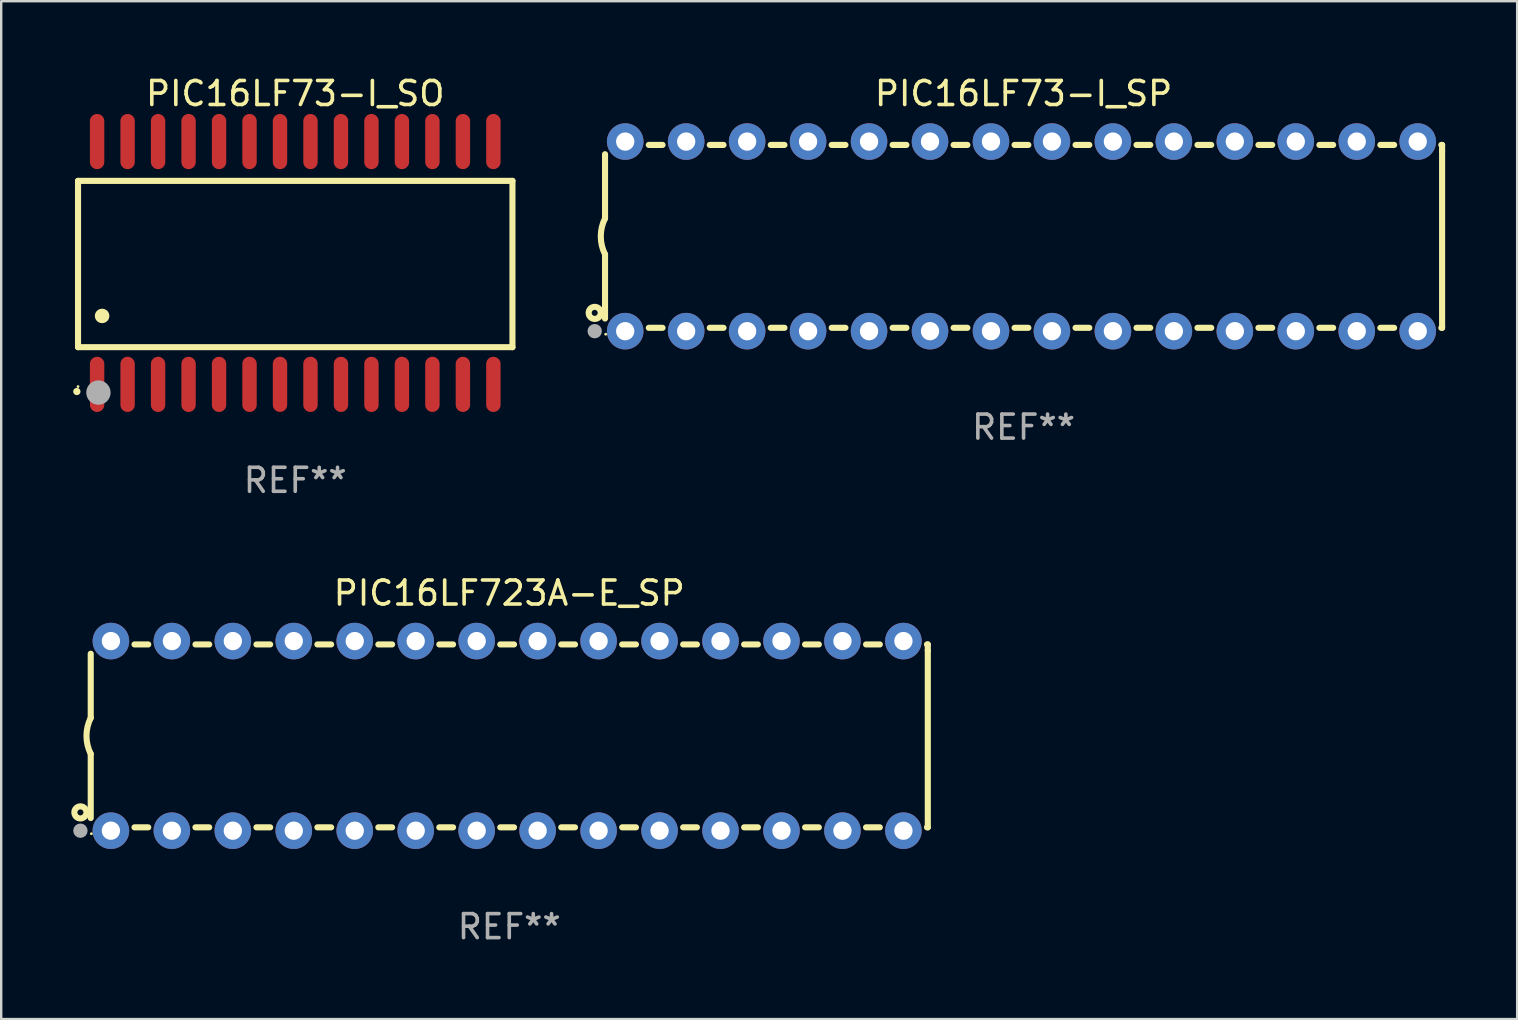
<source format=kicad_pcb>
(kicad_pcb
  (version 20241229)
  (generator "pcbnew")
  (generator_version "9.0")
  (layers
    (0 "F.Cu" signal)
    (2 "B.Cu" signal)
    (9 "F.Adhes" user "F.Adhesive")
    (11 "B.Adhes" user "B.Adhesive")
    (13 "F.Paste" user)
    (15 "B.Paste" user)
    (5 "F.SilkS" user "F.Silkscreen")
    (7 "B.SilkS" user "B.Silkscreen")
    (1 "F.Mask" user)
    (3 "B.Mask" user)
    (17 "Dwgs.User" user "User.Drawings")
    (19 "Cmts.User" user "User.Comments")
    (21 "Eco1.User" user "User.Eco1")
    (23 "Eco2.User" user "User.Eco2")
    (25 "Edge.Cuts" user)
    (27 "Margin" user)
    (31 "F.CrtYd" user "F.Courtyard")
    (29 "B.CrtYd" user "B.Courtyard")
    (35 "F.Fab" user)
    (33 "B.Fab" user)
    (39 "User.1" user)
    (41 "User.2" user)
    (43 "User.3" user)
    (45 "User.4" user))
  (footprint "PIC16LF723A-E_SP"
    (layer "F.Cu")
    (at 18.168 27.61)
    (property "Reference" "PIC16LF723A-E_SP" (at 0 -5.95 0) (layer "F.SilkS") (effects (font (size 1 1) (thickness 0.15))))
    (attr through_hole)
    (fp_line (start -17.438 0.75) (end -17.438 3.423) (stroke (width 0.254) (type solid)) (layer "F.SilkS"))
    (fp_line (start -17.438 -3.423) (end -17.438 -0.75) (stroke (width 0.254) (type solid)) (layer "F.SilkS"))
    (fp_line (start -15.615 3.81) (end -15.041 3.81) (stroke (width 0.254) (type solid)) (layer "F.SilkS"))
    (fp_line (start -15.041 -3.81) (end -15.614 -3.81) (stroke (width 0.254) (type solid)) (layer "F.SilkS"))
    (fp_line (start -13.075 3.81) (end -12.501 3.81) (stroke (width 0.254) (type solid)) (layer "F.SilkS"))
    (fp_line (start -12.501 -3.81) (end -13.074 -3.81) (stroke (width 0.254) (type solid)) (layer "F.SilkS"))
    (fp_line (start -10.535 3.81) (end -9.961 3.81) (stroke (width 0.254) (type solid)) (layer "F.SilkS"))
    (fp_line (start -9.961 -3.81) (end -10.534 -3.81) (stroke (width 0.254) (type solid)) (layer "F.SilkS"))
    (fp_line (start -7.995 3.81) (end -7.421 3.81) (stroke (width 0.254) (type solid)) (layer "F.SilkS"))
    (fp_line (start -7.421 -3.81) (end -7.995 -3.81) (stroke (width 0.254) (type solid)) (layer "F.SilkS"))
    (fp_line (start -5.455 3.81) (end -4.881 3.81) (stroke (width 0.254) (type solid)) (layer "F.SilkS"))
    (fp_line (start -4.881 -3.81) (end -5.455 -3.81) (stroke (width 0.254) (type solid)) (layer "F.SilkS"))
    (fp_line (start -2.915 3.81) (end -2.341 3.81) (stroke (width 0.254) (type solid)) (layer "F.SilkS"))
    (fp_line (start -2.341 -3.81) (end -2.915 -3.81) (stroke (width 0.254) (type solid)) (layer "F.SilkS"))
    (fp_line (start -0.375 3.81) (end 0.199 3.81) (stroke (width 0.254) (type solid)) (layer "F.SilkS"))
    (fp_line (start 0.199 -3.81) (end -0.375 -3.81) (stroke (width 0.254) (type solid)) (layer "F.SilkS"))
    (fp_line (start 2.165 3.81) (end 2.739 3.81) (stroke (width 0.254) (type solid)) (layer "F.SilkS"))
    (fp_line (start 2.739 -3.81) (end 2.165 -3.81) (stroke (width 0.254) (type solid)) (layer "F.SilkS"))
    (fp_line (start 4.705 3.81) (end 5.279 3.81) (stroke (width 0.254) (type solid)) (layer "F.SilkS"))
    (fp_line (start 5.279 -3.81) (end 4.705 -3.81) (stroke (width 0.254) (type solid)) (layer "F.SilkS"))
    (fp_line (start 7.245 3.81) (end 7.819 3.81) (stroke (width 0.254) (type solid)) (layer "F.SilkS"))
    (fp_line (start 7.819 -3.81) (end 7.245 -3.81) (stroke (width 0.254) (type solid)) (layer "F.SilkS"))
    (fp_line (start 9.785 3.81) (end 10.359 3.81) (stroke (width 0.254) (type solid)) (layer "F.SilkS"))
    (fp_line (start 10.359 -3.81) (end 9.785 -3.81) (stroke (width 0.254) (type solid)) (layer "F.SilkS"))
    (fp_line (start 12.325 3.81) (end 12.899 3.81) (stroke (width 0.254) (type solid)) (layer "F.SilkS"))
    (fp_line (start 12.899 -3.81) (end 12.325 -3.81) (stroke (width 0.254) (type solid)) (layer "F.SilkS"))
    (fp_line (start 14.865 3.81) (end 15.439 3.81) (stroke (width 0.254) (type solid)) (layer "F.SilkS"))
    (fp_line (start 15.439 -3.81) (end 14.865 -3.81) (stroke (width 0.254) (type solid)) (layer "F.SilkS"))
    (fp_line (start 17.405 3.81) (end 17.438 3.81) (stroke (width 0.254) (type solid)) (layer "F.SilkS"))
    (fp_line (start 17.438 -3.81) (end 17.405 -3.81) (stroke (width 0.254) (type solid)) (layer "F.SilkS"))
    (fp_line (start 17.438 -3.556) (end 17.438 -3.81) (stroke (width 0.254) (type solid)) (layer "F.SilkS"))
    (fp_line (start 17.438 3.81) (end 17.438 -3.556) (stroke (width 0.254) (type solid)) (layer "F.SilkS"))
    (fp_arc (start -17.437986 0.749657) (mid -17.614887 -0.000024) (end -17.437783 -0.749657) (stroke (width 0.254001) (type solid)) (layer "F.SilkS"))
    (fp_circle (center -17.868 3.188) (end -17.743 3.188) (stroke (width 0.254) (type solid)) (fill no) (layer "F.SilkS"))
    (fp_circle (center -17.411 4.077) (end -17.381 4.077) (stroke (width 0.06) (type solid)) (fill no) (layer "F.SilkS"))
    (fp_circle (center -17.868 3.95) (end -17.718 3.95) (stroke (width 0.3) (type solid)) (fill no) (layer "F.Fab"))
    (fp_text user "REF**" (at 0 7.95 0) (layer "F.Fab") (effects (font (size 1 1) (thickness 0.15))))
    (pad "1" thru_hole circle (at -16.598 3.95) (size 1.524 1.524) (drill 0.762) (layers "*.Cu" "*.Mask"))
    (pad "2" thru_hole circle (at -14.058 3.95) (size 1.524 1.524) (drill 0.762) (layers "*.Cu" "*.Mask"))
    (pad "3" thru_hole circle (at -11.518 3.95) (size 1.524 1.524) (drill 0.762) (layers "*.Cu" "*.Mask"))
    (pad "4" thru_hole circle (at -8.978 3.95) (size 1.524 1.524) (drill 0.762) (layers "*.Cu" "*.Mask"))
    (pad "5" thru_hole circle (at -6.438 3.95) (size 1.524 1.524) (drill 0.762) (layers "*.Cu" "*.Mask"))
    (pad "6" thru_hole circle (at -3.898 3.95) (size 1.524 1.524) (drill 0.762) (layers "*.Cu" "*.Mask"))
    (pad "7" thru_hole circle (at -1.358 3.95) (size 1.524 1.524) (drill 0.762) (layers "*.Cu" "*.Mask"))
    (pad "8" thru_hole circle (at 1.182 3.95) (size 1.524 1.524) (drill 0.762) (layers "*.Cu" "*.Mask"))
    (pad "9" thru_hole circle (at 3.722 3.95) (size 1.524 1.524) (drill 0.762) (layers "*.Cu" "*.Mask"))
    (pad "10" thru_hole circle (at 6.262 3.95) (size 1.524 1.524) (drill 0.762) (layers "*.Cu" "*.Mask"))
    (pad "11" thru_hole circle (at 8.802 3.95) (size 1.524 1.524) (drill 0.762) (layers "*.Cu" "*.Mask"))
    (pad "12" thru_hole circle (at 11.342 3.95) (size 1.524 1.524) (drill 0.762) (layers "*.Cu" "*.Mask"))
    (pad "13" thru_hole circle (at 13.882 3.95) (size 1.524 1.524) (drill 0.762) (layers "*.Cu" "*.Mask"))
    (pad "14" thru_hole circle (at 16.422 3.95) (size 1.524 1.524) (drill 0.762) (layers "*.Cu" "*.Mask"))
    (pad "15" thru_hole circle (at 16.422 -3.95) (size 1.524 1.524) (drill 0.762) (layers "*.Cu" "*.Mask"))
    (pad "16" thru_hole circle (at 13.882 -3.95) (size 1.524 1.524) (drill 0.762) (layers "*.Cu" "*.Mask"))
    (pad "17" thru_hole circle (at 11.342 -3.95) (size 1.524 1.524) (drill 0.762) (layers "*.Cu" "*.Mask"))
    (pad "18" thru_hole circle (at 8.802 -3.95) (size 1.524 1.524) (drill 0.762) (layers "*.Cu" "*.Mask"))
    (pad "19" thru_hole circle (at 6.262 -3.95) (size 1.524 1.524) (drill 0.762) (layers "*.Cu" "*.Mask"))
    (pad "20" thru_hole circle (at 3.722 -3.95) (size 1.524 1.524) (drill 0.762) (layers "*.Cu" "*.Mask"))
    (pad "21" thru_hole circle (at 1.182 -3.95) (size 1.524 1.524) (drill 0.762) (layers "*.Cu" "*.Mask"))
    (pad "22" thru_hole circle (at -1.358 -3.95) (size 1.524 1.524) (drill 0.762) (layers "*.Cu" "*.Mask"))
    (pad "23" thru_hole circle (at -3.898 -3.95) (size 1.524 1.524) (drill 0.762) (layers "*.Cu" "*.Mask"))
    (pad "24" thru_hole circle (at -6.438 -3.95) (size 1.524 1.524) (drill 0.762) (layers "*.Cu" "*.Mask"))
    (pad "25" thru_hole circle (at -8.978 -3.95) (size 1.524 1.524) (drill 0.762) (layers "*.Cu" "*.Mask"))
    (pad "26" thru_hole circle (at -11.517 -3.95) (size 1.524 1.524) (drill 0.762) (layers "*.Cu" "*.Mask"))
    (pad "27" thru_hole circle (at -14.057 -3.95) (size 1.524 1.524) (drill 0.762) (layers "*.Cu" "*.Mask"))
    (pad "28" thru_hole circle (at -16.597 -3.95) (size 1.524 1.524) (drill 0.762) (layers "*.Cu" "*.Mask")))
  (footprint "PIC16LF73-I_SO"
    (layer "F.Cu")
    (at 9.251 7.906)
    (property "Reference" "PIC16LF73-I_SO" (at 0 -7.058 0) (layer "F.SilkS") (effects (font (size 1 1) (thickness 0.15))))
    (attr through_hole)
    (fp_line (start -9.05 -3.42) (end 9.05 -3.42) (stroke (width 0.254) (type solid)) (layer "F.SilkS"))
    (fp_line (start -9.05 -2.492) (end -9.05 -3.42) (stroke (width 0.254) (type solid)) (layer "F.SilkS"))
    (fp_line (start -9.05 3.508) (end -9.05 -2.492) (stroke (width 0.254) (type solid)) (layer "F.SilkS"))
    (fp_line (start 9.05 -3.42) (end 9.05 3.508) (stroke (width 0.254) (type solid)) (layer "F.SilkS"))
    (fp_line (start 9.05 3.508) (end -9.05 3.508) (stroke (width 0.254) (type solid)) (layer "F.SilkS"))
    (fp_arc (start -9.100838 5.35649) (mid -9.099568 5.356485) (end -9.098298 5.35649) (stroke (width 0.3) (type solid)) (layer "F.SilkS"))
    (fp_arc (start -8.049276 2.206883) (mid -8.046736 2.206872) (end -8.044196 2.206883) (stroke (width 0.6) (type solid)) (layer "F.SilkS"))
    (fp_circle (center -9.05 5.15) (end -9.02 5.15) (stroke (width 0.06) (type solid)) (fill no) (layer "F.SilkS"))
    (fp_circle (center -8.2 5.4) (end -7.946 5.4) (stroke (width 0.508) (type solid)) (fill no) (layer "F.Fab"))
    (fp_text user "REF**" (at 0 9.058 0) (layer "F.Fab") (effects (font (size 1 1) (thickness 0.15))))
    (pad "1" smd oval (at -8.255 5.058 180) (size 0.6 2.3) (layers "F.Cu" "F.Mask" "F.Paste"))
    (pad "2" smd oval (at -6.985 5.058 180) (size 0.6 2.3) (layers "F.Cu" "F.Mask" "F.Paste"))
    (pad "3" smd oval (at -5.715 5.058 180) (size 0.6 2.3) (layers "F.Cu" "F.Mask" "F.Paste"))
    (pad "4" smd oval (at -4.445 5.058 180) (size 0.6 2.3) (layers "F.Cu" "F.Mask" "F.Paste"))
    (pad "5" smd oval (at -3.175 5.058 180) (size 0.6 2.3) (layers "F.Cu" "F.Mask" "F.Paste"))
    (pad "6" smd oval (at -1.905 5.058 180) (size 0.6 2.3) (layers "F.Cu" "F.Mask" "F.Paste"))
    (pad "7" smd oval (at -0.635 5.058 180) (size 0.6 2.3) (layers "F.Cu" "F.Mask" "F.Paste"))
    (pad "8" smd oval (at 0.635 5.058 180) (size 0.6 2.3) (layers "F.Cu" "F.Mask" "F.Paste"))
    (pad "9" smd oval (at 1.905 5.058 180) (size 0.6 2.3) (layers "F.Cu" "F.Mask" "F.Paste"))
    (pad "10" smd oval (at 3.175 5.058 180) (size 0.6 2.3) (layers "F.Cu" "F.Mask" "F.Paste"))
    (pad "11" smd oval (at 4.445 5.058 180) (size 0.6 2.3) (layers "F.Cu" "F.Mask" "F.Paste"))
    (pad "12" smd oval (at 5.715 5.058 180) (size 0.6 2.3) (layers "F.Cu" "F.Mask" "F.Paste"))
    (pad "13" smd oval (at 6.985 5.058 180) (size 0.6 2.3) (layers "F.Cu" "F.Mask" "F.Paste"))
    (pad "14" smd oval (at 8.255 5.058 180) (size 0.6 2.3) (layers "F.Cu" "F.Mask" "F.Paste"))
    (pad "15" smd oval (at 8.255 -5.058 180) (size 0.6 2.3) (layers "F.Cu" "F.Mask" "F.Paste"))
    (pad "16" smd oval (at 6.985 -5.058 180) (size 0.6 2.3) (layers "F.Cu" "F.Mask" "F.Paste"))
    (pad "17" smd oval (at 5.715 -5.058 180) (size 0.6 2.3) (layers "F.Cu" "F.Mask" "F.Paste"))
    (pad "18" smd oval (at 4.445 -5.058 180) (size 0.6 2.3) (layers "F.Cu" "F.Mask" "F.Paste"))
    (pad "19" smd oval (at 3.175 -5.058 180) (size 0.6 2.3) (layers "F.Cu" "F.Mask" "F.Paste"))
    (pad "20" smd oval (at 1.905 -5.058 180) (size 0.6 2.3) (layers "F.Cu" "F.Mask" "F.Paste"))
    (pad "21" smd oval (at 0.635 -5.058 180) (size 0.6 2.3) (layers "F.Cu" "F.Mask" "F.Paste"))
    (pad "22" smd oval (at -0.635 -5.058 180) (size 0.6 2.3) (layers "F.Cu" "F.Mask" "F.Paste"))
    (pad "23" smd oval (at -1.905 -5.058 180) (size 0.6 2.3) (layers "F.Cu" "F.Mask" "F.Paste"))
    (pad "24" smd oval (at -3.175 -5.058 180) (size 0.6 2.3) (layers "F.Cu" "F.Mask" "F.Paste"))
    (pad "25" smd oval (at -4.445 -5.058 180) (size 0.6 2.3) (layers "F.Cu" "F.Mask" "F.Paste"))
    (pad "26" smd oval (at -5.715 -5.058 180) (size 0.6 2.3) (layers "F.Cu" "F.Mask" "F.Paste"))
    (pad "27" smd oval (at -6.985 -5.058 180) (size 0.6 2.3) (layers "F.Cu" "F.Mask" "F.Paste"))
    (pad "28" smd oval (at -8.255 -5.058 180) (size 0.6 2.3) (layers "F.Cu" "F.Mask" "F.Paste")))
  (footprint "PIC16LF73-I_SP"
    (layer "F.Cu")
    (at 39.596 6.798)
    (property "Reference" "PIC16LF73-I_SP" (at 0 -5.95 0) (layer "F.SilkS") (effects (font (size 1 1) (thickness 0.15))))
    (attr through_hole)
    (fp_line (start -17.438 0.75) (end -17.438 3.423) (stroke (width 0.254) (type solid)) (layer "F.SilkS"))
    (fp_line (start -17.438 -3.423) (end -17.438 -0.75) (stroke (width 0.254) (type solid)) (layer "F.SilkS"))
    (fp_line (start -15.615 3.81) (end -15.041 3.81) (stroke (width 0.254) (type solid)) (layer "F.SilkS"))
    (fp_line (start -15.041 -3.81) (end -15.614 -3.81) (stroke (width 0.254) (type solid)) (layer "F.SilkS"))
    (fp_line (start -13.075 3.81) (end -12.501 3.81) (stroke (width 0.254) (type solid)) (layer "F.SilkS"))
    (fp_line (start -12.501 -3.81) (end -13.074 -3.81) (stroke (width 0.254) (type solid)) (layer "F.SilkS"))
    (fp_line (start -10.535 3.81) (end -9.961 3.81) (stroke (width 0.254) (type solid)) (layer "F.SilkS"))
    (fp_line (start -9.961 -3.81) (end -10.534 -3.81) (stroke (width 0.254) (type solid)) (layer "F.SilkS"))
    (fp_line (start -7.995 3.81) (end -7.421 3.81) (stroke (width 0.254) (type solid)) (layer "F.SilkS"))
    (fp_line (start -7.421 -3.81) (end -7.995 -3.81) (stroke (width 0.254) (type solid)) (layer "F.SilkS"))
    (fp_line (start -5.455 3.81) (end -4.881 3.81) (stroke (width 0.254) (type solid)) (layer "F.SilkS"))
    (fp_line (start -4.881 -3.81) (end -5.455 -3.81) (stroke (width 0.254) (type solid)) (layer "F.SilkS"))
    (fp_line (start -2.915 3.81) (end -2.341 3.81) (stroke (width 0.254) (type solid)) (layer "F.SilkS"))
    (fp_line (start -2.341 -3.81) (end -2.915 -3.81) (stroke (width 0.254) (type solid)) (layer "F.SilkS"))
    (fp_line (start -0.375 3.81) (end 0.199 3.81) (stroke (width 0.254) (type solid)) (layer "F.SilkS"))
    (fp_line (start 0.199 -3.81) (end -0.375 -3.81) (stroke (width 0.254) (type solid)) (layer "F.SilkS"))
    (fp_line (start 2.165 3.81) (end 2.739 3.81) (stroke (width 0.254) (type solid)) (layer "F.SilkS"))
    (fp_line (start 2.739 -3.81) (end 2.165 -3.81) (stroke (width 0.254) (type solid)) (layer "F.SilkS"))
    (fp_line (start 4.705 3.81) (end 5.279 3.81) (stroke (width 0.254) (type solid)) (layer "F.SilkS"))
    (fp_line (start 5.279 -3.81) (end 4.705 -3.81) (stroke (width 0.254) (type solid)) (layer "F.SilkS"))
    (fp_line (start 7.245 3.81) (end 7.819 3.81) (stroke (width 0.254) (type solid)) (layer "F.SilkS"))
    (fp_line (start 7.819 -3.81) (end 7.245 -3.81) (stroke (width 0.254) (type solid)) (layer "F.SilkS"))
    (fp_line (start 9.785 3.81) (end 10.359 3.81) (stroke (width 0.254) (type solid)) (layer "F.SilkS"))
    (fp_line (start 10.359 -3.81) (end 9.785 -3.81) (stroke (width 0.254) (type solid)) (layer "F.SilkS"))
    (fp_line (start 12.325 3.81) (end 12.899 3.81) (stroke (width 0.254) (type solid)) (layer "F.SilkS"))
    (fp_line (start 12.899 -3.81) (end 12.325 -3.81) (stroke (width 0.254) (type solid)) (layer "F.SilkS"))
    (fp_line (start 14.865 3.81) (end 15.439 3.81) (stroke (width 0.254) (type solid)) (layer "F.SilkS"))
    (fp_line (start 15.439 -3.81) (end 14.865 -3.81) (stroke (width 0.254) (type solid)) (layer "F.SilkS"))
    (fp_line (start 17.405 3.81) (end 17.438 3.81) (stroke (width 0.254) (type solid)) (layer "F.SilkS"))
    (fp_line (start 17.438 -3.81) (end 17.405 -3.81) (stroke (width 0.254) (type solid)) (layer "F.SilkS"))
    (fp_line (start 17.438 -3.556) (end 17.438 -3.81) (stroke (width 0.254) (type solid)) (layer "F.SilkS"))
    (fp_line (start 17.438 3.81) (end 17.438 -3.556) (stroke (width 0.254) (type solid)) (layer "F.SilkS"))
    (fp_arc (start -17.437986 0.749657) (mid -17.614887 -0.000024) (end -17.437783 -0.749657) (stroke (width 0.254001) (type solid)) (layer "F.SilkS"))
    (fp_circle (center -17.868 3.188) (end -17.743 3.188) (stroke (width 0.254) (type solid)) (fill no) (layer "F.SilkS"))
    (fp_circle (center -17.411 4.077) (end -17.381 4.077) (stroke (width 0.06) (type solid)) (fill no) (layer "F.SilkS"))
    (fp_circle (center -17.868 3.95) (end -17.718 3.95) (stroke (width 0.3) (type solid)) (fill no) (layer "F.Fab"))
    (fp_text user "REF**" (at 0 7.95 0) (layer "F.Fab") (effects (font (size 1 1) (thickness 0.15))))
    (pad "1" thru_hole circle (at -16.598 3.95) (size 1.524 1.524) (drill 0.762) (layers "*.Cu" "*.Mask"))
    (pad "2" thru_hole circle (at -14.058 3.95) (size 1.524 1.524) (drill 0.762) (layers "*.Cu" "*.Mask"))
    (pad "3" thru_hole circle (at -11.518 3.95) (size 1.524 1.524) (drill 0.762) (layers "*.Cu" "*.Mask"))
    (pad "4" thru_hole circle (at -8.978 3.95) (size 1.524 1.524) (drill 0.762) (layers "*.Cu" "*.Mask"))
    (pad "5" thru_hole circle (at -6.438 3.95) (size 1.524 1.524) (drill 0.762) (layers "*.Cu" "*.Mask"))
    (pad "6" thru_hole circle (at -3.898 3.95) (size 1.524 1.524) (drill 0.762) (layers "*.Cu" "*.Mask"))
    (pad "7" thru_hole circle (at -1.358 3.95) (size 1.524 1.524) (drill 0.762) (layers "*.Cu" "*.Mask"))
    (pad "8" thru_hole circle (at 1.182 3.95) (size 1.524 1.524) (drill 0.762) (layers "*.Cu" "*.Mask"))
    (pad "9" thru_hole circle (at 3.722 3.95) (size 1.524 1.524) (drill 0.762) (layers "*.Cu" "*.Mask"))
    (pad "10" thru_hole circle (at 6.262 3.95) (size 1.524 1.524) (drill 0.762) (layers "*.Cu" "*.Mask"))
    (pad "11" thru_hole circle (at 8.802 3.95) (size 1.524 1.524) (drill 0.762) (layers "*.Cu" "*.Mask"))
    (pad "12" thru_hole circle (at 11.342 3.95) (size 1.524 1.524) (drill 0.762) (layers "*.Cu" "*.Mask"))
    (pad "13" thru_hole circle (at 13.882 3.95) (size 1.524 1.524) (drill 0.762) (layers "*.Cu" "*.Mask"))
    (pad "14" thru_hole circle (at 16.422 3.95) (size 1.524 1.524) (drill 0.762) (layers "*.Cu" "*.Mask"))
    (pad "15" thru_hole circle (at 16.422 -3.95) (size 1.524 1.524) (drill 0.762) (layers "*.Cu" "*.Mask"))
    (pad "16" thru_hole circle (at 13.882 -3.95) (size 1.524 1.524) (drill 0.762) (layers "*.Cu" "*.Mask"))
    (pad "17" thru_hole circle (at 11.342 -3.95) (size 1.524 1.524) (drill 0.762) (layers "*.Cu" "*.Mask"))
    (pad "18" thru_hole circle (at 8.802 -3.95) (size 1.524 1.524) (drill 0.762) (layers "*.Cu" "*.Mask"))
    (pad "19" thru_hole circle (at 6.262 -3.95) (size 1.524 1.524) (drill 0.762) (layers "*.Cu" "*.Mask"))
    (pad "20" thru_hole circle (at 3.722 -3.95) (size 1.524 1.524) (drill 0.762) (layers "*.Cu" "*.Mask"))
    (pad "21" thru_hole circle (at 1.182 -3.95) (size 1.524 1.524) (drill 0.762) (layers "*.Cu" "*.Mask"))
    (pad "22" thru_hole circle (at -1.358 -3.95) (size 1.524 1.524) (drill 0.762) (layers "*.Cu" "*.Mask"))
    (pad "23" thru_hole circle (at -3.898 -3.95) (size 1.524 1.524) (drill 0.762) (layers "*.Cu" "*.Mask"))
    (pad "24" thru_hole circle (at -6.438 -3.95) (size 1.524 1.524) (drill 0.762) (layers "*.Cu" "*.Mask"))
    (pad "25" thru_hole circle (at -8.978 -3.95) (size 1.524 1.524) (drill 0.762) (layers "*.Cu" "*.Mask"))
    (pad "26" thru_hole circle (at -11.517 -3.95) (size 1.524 1.524) (drill 0.762) (layers "*.Cu" "*.Mask"))
    (pad "27" thru_hole circle (at -14.057 -3.95) (size 1.524 1.524) (drill 0.762) (layers "*.Cu" "*.Mask"))
    (pad "28" thru_hole circle (at -16.597 -3.95) (size 1.524 1.524) (drill 0.762) (layers "*.Cu" "*.Mask")))
  (gr_rect
    (start -3 -3)
    (end 60.161 39.408)
    (stroke (width 0.1) (type default))
    (fill no)
    (layer "Edge.Cuts")))
</source>
